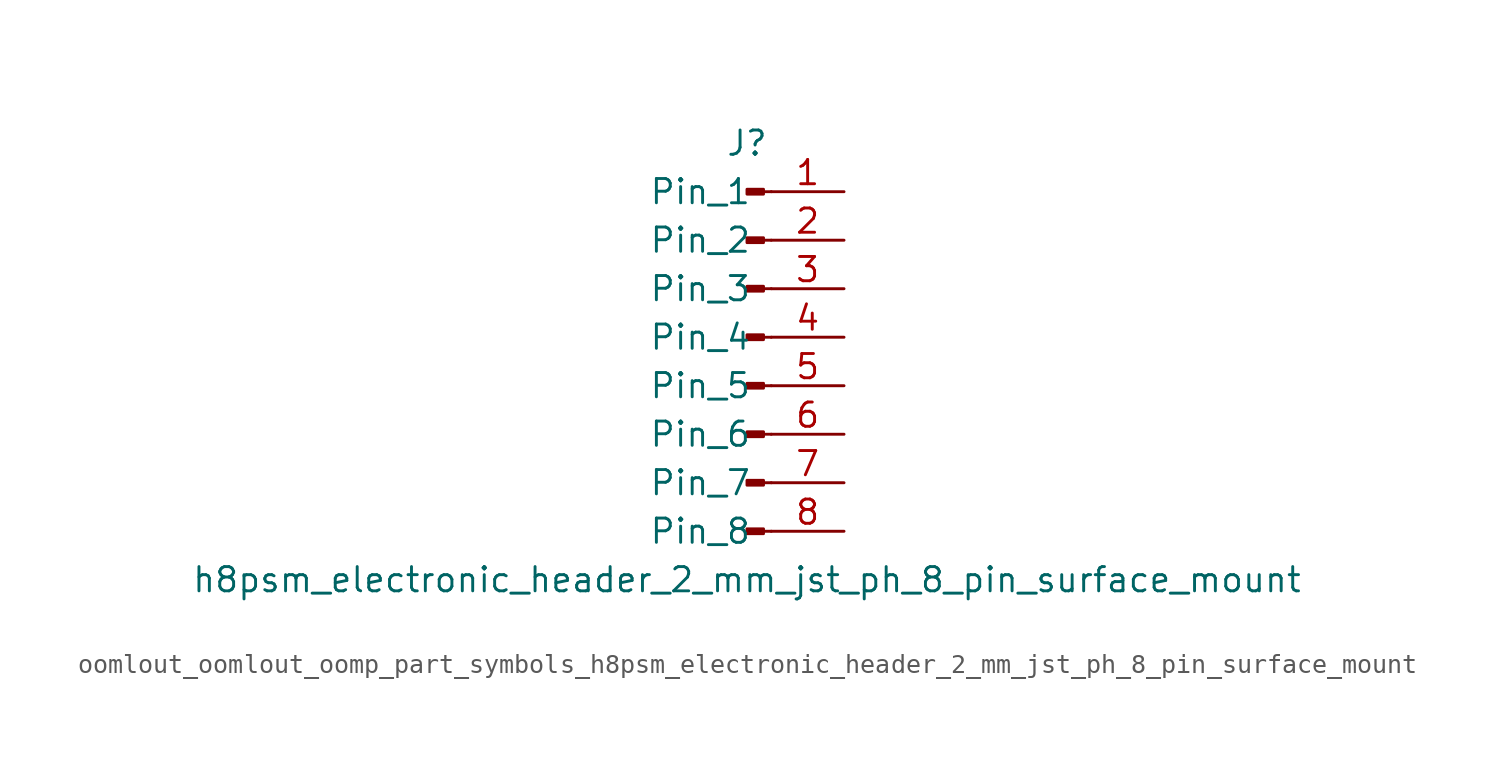
<source format=kicad_sym>
(kicad_symbol_lib
  (version 20220914)
  (generator kicad_symbol_editor)
  (symbol "oomlout_oomlout_oomp_part_symbols_h8psm_electronic_header_2_mm_jst_ph_8_pin_surface_mount"
    (pin_names
      (offset 1.016))
    (property "Reference" "J"
      (at 0 10.16 0)
      (effects (font (size 1.27 1.27))))
    (property "Value" "h8psm_electronic_header_2_mm_jst_ph_8_pin_surface_mount"
      (at 0 -12.7 0)
      (effects (font (size 1.27 1.27))))
    (property "ki_locked" ""
      (at 0 0 0)
      (effects (font (size 1.27 1.27))))
    (symbol "oomlout_oomlout_oomp_part_symbols_h8psm_electronic_header_2_mm_jst_ph_8_pin_surface_mount_1_1"
      (polyline (pts (xy 1.27 -10.16) (xy 0.864 -10.16)) (stroke (width 0.152) (type default)) (fill (type none)))
      (polyline (pts (xy 1.27 -7.62) (xy 0.864 -7.62)) (stroke (width 0.152) (type default)) (fill (type none)))
      (polyline (pts (xy 1.27 -5.08) (xy 0.864 -5.08)) (stroke (width 0.152) (type default)) (fill (type none)))
      (polyline (pts (xy 1.27 -2.54) (xy 0.864 -2.54)) (stroke (width 0.152) (type default)) (fill (type none)))
      (polyline (pts (xy 1.27 0) (xy 0.864 0)) (stroke (width 0.152) (type default)) (fill (type none)))
      (polyline (pts (xy 1.27 2.54) (xy 0.864 2.54)) (stroke (width 0.152) (type default)) (fill (type none)))
      (polyline (pts (xy 1.27 5.08) (xy 0.864 5.08)) (stroke (width 0.152) (type default)) (fill (type none)))
      (polyline (pts (xy 1.27 7.62) (xy 0.864 7.62)) (stroke (width 0.152) (type default)) (fill (type none)))
      (rectangle (start 0.864 -10.033) (end 0 -10.287) (stroke (width 0.152) (type default)) (fill (type outline)))
      (rectangle (start 0.864 -7.493) (end 0 -7.747) (stroke (width 0.152) (type default)) (fill (type outline)))
      (rectangle (start 0.864 -4.953) (end 0 -5.207) (stroke (width 0.152) (type default)) (fill (type outline)))
      (rectangle (start 0.864 -2.413) (end 0 -2.667) (stroke (width 0.152) (type default)) (fill (type outline)))
      (rectangle (start 0.864 0.127) (end 0 -0.127) (stroke (width 0.152) (type default)) (fill (type outline)))
      (rectangle (start 0.864 2.667) (end 0 2.413) (stroke (width 0.152) (type default)) (fill (type outline)))
      (rectangle (start 0.864 5.207) (end 0 4.953) (stroke (width 0.152) (type default)) (fill (type outline)))
      (rectangle (start 0.864 7.747) (end 0 7.493) (stroke (width 0.152) (type default)) (fill (type outline)))
      (pin passive line (at 5.08 7.62 180) (length 3.81) (name "Pin_1" (effects (font (size 1.27 1.27)))) (number "1" (effects (font (size 1.27 1.27)))))
      (pin passive line (at 5.08 5.08 180) (length 3.81) (name "Pin_2" (effects (font (size 1.27 1.27)))) (number "2" (effects (font (size 1.27 1.27)))))
      (pin passive line (at 5.08 2.54 180) (length 3.81) (name "Pin_3" (effects (font (size 1.27 1.27)))) (number "3" (effects (font (size 1.27 1.27)))))
      (pin passive line (at 5.08 0 180) (length 3.81) (name "Pin_4" (effects (font (size 1.27 1.27)))) (number "4" (effects (font (size 1.27 1.27)))))
      (pin passive line (at 5.08 -2.54 180) (length 3.81) (name "Pin_5" (effects (font (size 1.27 1.27)))) (number "5" (effects (font (size 1.27 1.27)))))
      (pin passive line (at 5.08 -5.08 180) (length 3.81) (name "Pin_6" (effects (font (size 1.27 1.27)))) (number "6" (effects (font (size 1.27 1.27)))))
      (pin passive line (at 5.08 -7.62 180) (length 3.81) (name "Pin_7" (effects (font (size 1.27 1.27)))) (number "7" (effects (font (size 1.27 1.27)))))
      (pin passive line (at 5.08 -10.16 180) (length 3.81) (name "Pin_8" (effects (font (size 1.27 1.27)))) (number "8" (effects (font (size 1.27 1.27))))))))
</source>
